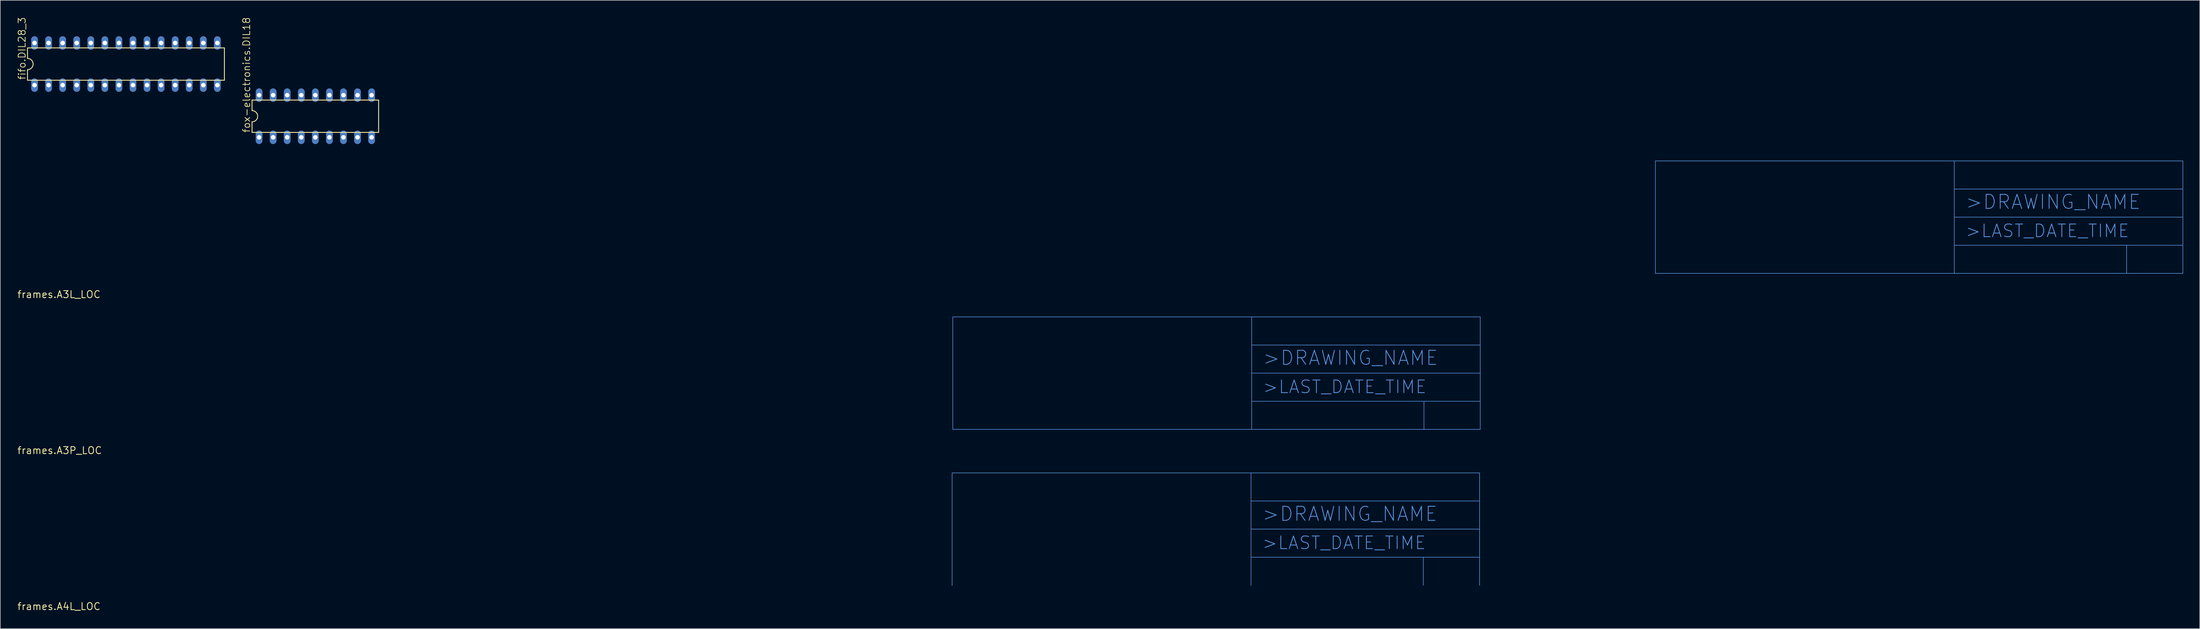
<source format=kicad_pcb>
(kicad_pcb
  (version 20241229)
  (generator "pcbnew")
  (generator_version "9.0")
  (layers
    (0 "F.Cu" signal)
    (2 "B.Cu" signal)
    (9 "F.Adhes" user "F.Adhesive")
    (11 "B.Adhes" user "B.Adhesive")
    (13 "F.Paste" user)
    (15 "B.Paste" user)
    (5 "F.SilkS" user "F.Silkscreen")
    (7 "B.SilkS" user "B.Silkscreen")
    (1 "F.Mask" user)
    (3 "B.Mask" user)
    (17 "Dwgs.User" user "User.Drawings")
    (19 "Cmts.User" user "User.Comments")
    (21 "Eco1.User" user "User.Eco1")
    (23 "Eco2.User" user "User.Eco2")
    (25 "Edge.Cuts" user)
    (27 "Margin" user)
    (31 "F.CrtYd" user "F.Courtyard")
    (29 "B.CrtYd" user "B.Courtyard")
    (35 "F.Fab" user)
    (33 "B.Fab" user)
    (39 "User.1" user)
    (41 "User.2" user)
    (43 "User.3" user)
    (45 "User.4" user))
  (footprint "fifo.DIL28_3"
    (layer "F.Cu")
    (at 19.694 8.524)
    (property "Reference" "fifo.DIL28_3" (at -18.034 2.921 90) (layer "F.SilkS") (effects (font (size 1.27 1.27) (thickness 0.13)) (justify left bottom)))
    (attr through_hole)
    (fp_line (start -17.78 -2.921) (end -17.78 -1.016) (stroke (width 0.152) (type default)) (layer "F.SilkS"))
    (fp_line (start -17.78 2.921) (end -17.78 1.016) (stroke (width 0.152) (type default)) (layer "F.SilkS"))
    (fp_line (start -17.78 2.921) (end 17.78 2.921) (stroke (width 0.152) (type default)) (layer "F.SilkS"))
    (fp_line (start 17.78 -2.921) (end -17.78 -2.921) (stroke (width 0.152) (type default)) (layer "F.SilkS"))
    (fp_line (start 17.78 -2.921) (end 17.78 2.921) (stroke (width 0.152) (type default)) (layer "F.SilkS"))
    (fp_arc (start -17.78 -1.016) (mid -16.764 0) (end -17.78 1.016) (stroke (width 0.1524) (type default)) (layer "F.SilkS"))
    (pad "1" thru_hole oval (at -16.51 3.81 90) (size 2.438 1.219) (drill 0.813) (layers "*.Cu" "*.Mask"))
    (pad "2" thru_hole oval (at -13.97 3.81 90) (size 2.438 1.219) (drill 0.813) (layers "*.Cu" "*.Mask"))
    (pad "3" thru_hole oval (at -11.43 3.81 90) (size 2.438 1.219) (drill 0.813) (layers "*.Cu" "*.Mask"))
    (pad "4" thru_hole oval (at -8.89 3.81 90) (size 2.438 1.219) (drill 0.813) (layers "*.Cu" "*.Mask"))
    (pad "5" thru_hole oval (at -6.35 3.81 90) (size 2.438 1.219) (drill 0.813) (layers "*.Cu" "*.Mask"))
    (pad "6" thru_hole oval (at -3.81 3.81 90) (size 2.438 1.219) (drill 0.813) (layers "*.Cu" "*.Mask"))
    (pad "7" thru_hole oval (at -1.27 3.81 90) (size 2.438 1.219) (drill 0.813) (layers "*.Cu" "*.Mask"))
    (pad "8" thru_hole oval (at 1.27 3.81 90) (size 2.438 1.219) (drill 0.813) (layers "*.Cu" "*.Mask"))
    (pad "9" thru_hole oval (at 3.81 3.81 90) (size 2.438 1.219) (drill 0.813) (layers "*.Cu" "*.Mask"))
    (pad "10" thru_hole oval (at 6.35 3.81 90) (size 2.438 1.219) (drill 0.813) (layers "*.Cu" "*.Mask"))
    (pad "11" thru_hole oval (at 8.89 3.81 90) (size 2.438 1.219) (drill 0.813) (layers "*.Cu" "*.Mask"))
    (pad "12" thru_hole oval (at 11.43 3.81 90) (size 2.438 1.219) (drill 0.813) (layers "*.Cu" "*.Mask"))
    (pad "13" thru_hole oval (at 13.97 3.81 90) (size 2.438 1.219) (drill 0.813) (layers "*.Cu" "*.Mask"))
    (pad "14" thru_hole oval (at 16.51 3.81 90) (size 2.438 1.219) (drill 0.813) (layers "*.Cu" "*.Mask"))
    (pad "15" thru_hole oval (at 16.51 -3.81 90) (size 2.438 1.219) (drill 0.813) (layers "*.Cu" "*.Mask"))
    (pad "16" thru_hole oval (at 13.97 -3.81 90) (size 2.438 1.219) (drill 0.813) (layers "*.Cu" "*.Mask"))
    (pad "17" thru_hole oval (at 11.43 -3.81 90) (size 2.438 1.219) (drill 0.813) (layers "*.Cu" "*.Mask"))
    (pad "18" thru_hole oval (at 8.89 -3.81 90) (size 2.438 1.219) (drill 0.813) (layers "*.Cu" "*.Mask"))
    (pad "19" thru_hole oval (at 6.35 -3.81 90) (size 2.438 1.219) (drill 0.813) (layers "*.Cu" "*.Mask"))
    (pad "20" thru_hole oval (at 3.81 -3.81 90) (size 2.438 1.219) (drill 0.813) (layers "*.Cu" "*.Mask"))
    (pad "21" thru_hole oval (at 1.27 -3.81 90) (size 2.438 1.219) (drill 0.813) (layers "*.Cu" "*.Mask"))
    (pad "22" thru_hole oval (at -1.27 -3.81 90) (size 2.438 1.219) (drill 0.813) (layers "*.Cu" "*.Mask"))
    (pad "23" thru_hole oval (at -3.81 -3.81 90) (size 2.438 1.219) (drill 0.813) (layers "*.Cu" "*.Mask"))
    (pad "24" thru_hole oval (at -6.35 -3.81 90) (size 2.438 1.219) (drill 0.813) (layers "*.Cu" "*.Mask"))
    (pad "25" thru_hole oval (at -8.89 -3.81 90) (size 2.438 1.219) (drill 0.813) (layers "*.Cu" "*.Mask"))
    (pad "26" thru_hole oval (at -11.43 -3.81 90) (size 2.438 1.219) (drill 0.813) (layers "*.Cu" "*.Mask"))
    (pad "27" thru_hole oval (at -13.97 -3.81 90) (size 2.438 1.219) (drill 0.813) (layers "*.Cu" "*.Mask"))
    (pad "28" thru_hole oval (at -16.51 -3.81 90) (size 2.438 1.219) (drill 0.813) (layers "*.Cu" "*.Mask")))
  (footprint "frames.A3L_LOC"
    (layer "F.Cu")
    (at 7.597 50.162)
    (property "Reference" "frames.A3L_LOC" (at 0 0 0) (layer "F.SilkS") (effects (font (size 1.27 1.27) (thickness 0.15))))
    (fp_line (start 288.29 -24.13) (end 342.265 -24.13) (stroke (width 0.102) (type default)) (layer "Cmts.User"))
    (fp_line (start 288.29 -3.81) (end 288.29 -24.13) (stroke (width 0.102) (type default)) (layer "Cmts.User"))
    (fp_line (start 288.29 -3.81) (end 342.265 -3.81) (stroke (width 0.102) (type default)) (layer "Cmts.User"))
    (fp_line (start 342.265 -24.13) (end 383.54 -24.13) (stroke (width 0.102) (type default)) (layer "Cmts.User"))
    (fp_line (start 342.265 -19.05) (end 342.265 -24.13) (stroke (width 0.102) (type default)) (layer "Cmts.User"))
    (fp_line (start 342.265 -19.05) (end 383.54 -19.05) (stroke (width 0.102) (type default)) (layer "Cmts.User"))
    (fp_line (start 342.265 -13.97) (end 342.265 -19.05) (stroke (width 0.102) (type default)) (layer "Cmts.User"))
    (fp_line (start 342.265 -13.97) (end 383.54 -13.97) (stroke (width 0.102) (type default)) (layer "Cmts.User"))
    (fp_line (start 342.265 -8.89) (end 342.265 -13.97) (stroke (width 0.102) (type default)) (layer "Cmts.User"))
    (fp_line (start 342.265 -8.89) (end 342.265 -3.81) (stroke (width 0.102) (type default)) (layer "Cmts.User"))
    (fp_line (start 342.265 -3.81) (end 373.38 -3.81) (stroke (width 0.102) (type default)) (layer "Cmts.User"))
    (fp_line (start 373.38 -8.89) (end 342.265 -8.89) (stroke (width 0.102) (type default)) (layer "Cmts.User"))
    (fp_line (start 373.38 -8.89) (end 383.54 -8.89) (stroke (width 0.102) (type default)) (layer "Cmts.User"))
    (fp_line (start 373.38 -3.81) (end 373.38 -8.89) (stroke (width 0.102) (type default)) (layer "Cmts.User"))
    (fp_line (start 373.38 -3.81) (end 383.54 -3.81) (stroke (width 0.102) (type default)) (layer "Cmts.User"))
    (fp_line (start 383.54 -19.05) (end 383.54 -24.13) (stroke (width 0.102) (type default)) (layer "Cmts.User"))
    (fp_line (start 383.54 -13.97) (end 383.54 -19.05) (stroke (width 0.102) (type default)) (layer "Cmts.User"))
    (fp_line (start 383.54 -8.89) (end 383.54 -13.97) (stroke (width 0.102) (type default)) (layer "Cmts.User"))
    (fp_line (start 383.54 -3.81) (end 383.54 -8.89) (stroke (width 0.102) (type default)) (layer "Cmts.User"))
    (fp_text user ">DRAWING_NAME" (at 344.17 -15.24 0) (layer "Cmts.User") (effects (font (size 2.54 2.54) (thickness 0.15)) (justify left bottom)))
    (fp_text user ">LAST_DATE_TIME" (at 344.17 -10.16 0) (layer "Cmts.User") (effects (font (size 2.286 2.286) (thickness 0.15)) (justify left bottom))))
  (footprint "fox-electronics.DIL18"
    (layer "F.Cu")
    (at 53.894 17.952)
    (property "Reference" "fox-electronics.DIL18" (at -11.684 3.048 90) (layer "F.SilkS") (effects (font (size 1.27 1.27) (thickness 0.13)) (justify left bottom)))
    (attr through_hole)
    (fp_line (start -11.43 -2.921) (end -11.43 -1.016) (stroke (width 0.152) (type default)) (layer "F.SilkS"))
    (fp_line (start -11.43 2.921) (end -11.43 1.016) (stroke (width 0.152) (type default)) (layer "F.SilkS"))
    (fp_line (start -11.43 2.921) (end 11.43 2.921) (stroke (width 0.152) (type default)) (layer "F.SilkS"))
    (fp_line (start 11.43 -2.921) (end -11.43 -2.921) (stroke (width 0.152) (type default)) (layer "F.SilkS"))
    (fp_line (start 11.43 -2.921) (end 11.43 2.921) (stroke (width 0.152) (type default)) (layer "F.SilkS"))
    (fp_arc (start -11.43 -1.016) (mid -10.414 0) (end -11.43 1.016) (stroke (width 0.1524) (type default)) (layer "F.SilkS"))
    (pad "1" thru_hole oval (at -10.16 3.81 90) (size 2.438 1.219) (drill 0.813) (layers "*.Cu" "*.Mask"))
    (pad "2" thru_hole oval (at -7.62 3.81 90) (size 2.438 1.219) (drill 0.813) (layers "*.Cu" "*.Mask"))
    (pad "3" thru_hole oval (at -5.08 3.81 90) (size 2.438 1.219) (drill 0.813) (layers "*.Cu" "*.Mask"))
    (pad "4" thru_hole oval (at -2.54 3.81 90) (size 2.438 1.219) (drill 0.813) (layers "*.Cu" "*.Mask"))
    (pad "5" thru_hole oval (at 0 3.81 90) (size 2.438 1.219) (drill 0.813) (layers "*.Cu" "*.Mask"))
    (pad "6" thru_hole oval (at 2.54 3.81 90) (size 2.438 1.219) (drill 0.813) (layers "*.Cu" "*.Mask"))
    (pad "7" thru_hole oval (at 5.08 3.81 90) (size 2.438 1.219) (drill 0.813) (layers "*.Cu" "*.Mask"))
    (pad "8" thru_hole oval (at 7.62 3.81 90) (size 2.438 1.219) (drill 0.813) (layers "*.Cu" "*.Mask"))
    (pad "9" thru_hole oval (at 10.16 3.81 90) (size 2.438 1.219) (drill 0.813) (layers "*.Cu" "*.Mask"))
    (pad "10" thru_hole oval (at 10.16 -3.81 90) (size 2.438 1.219) (drill 0.813) (layers "*.Cu" "*.Mask"))
    (pad "11" thru_hole oval (at 7.62 -3.81 90) (size 2.438 1.219) (drill 0.813) (layers "*.Cu" "*.Mask"))
    (pad "12" thru_hole oval (at 5.08 -3.81 90) (size 2.438 1.219) (drill 0.813) (layers "*.Cu" "*.Mask"))
    (pad "13" thru_hole oval (at 2.54 -3.81 90) (size 2.438 1.219) (drill 0.813) (layers "*.Cu" "*.Mask"))
    (pad "14" thru_hole oval (at 0 -3.81 90) (size 2.438 1.219) (drill 0.813) (layers "*.Cu" "*.Mask"))
    (pad "15" thru_hole oval (at -2.54 -3.81 90) (size 2.438 1.219) (drill 0.813) (layers "*.Cu" "*.Mask"))
    (pad "16" thru_hole oval (at -5.08 -3.81 90) (size 2.438 1.219) (drill 0.813) (layers "*.Cu" "*.Mask"))
    (pad "17" thru_hole oval (at -7.62 -3.81 90) (size 2.438 1.219) (drill 0.813) (layers "*.Cu" "*.Mask"))
    (pad "18" thru_hole oval (at -10.16 -3.81 90) (size 2.438 1.219) (drill 0.813) (layers "*.Cu" "*.Mask")))
  (footprint "frames.A3P_LOC"
    (layer "F.Cu")
    (at 7.718 78.349)
    (property "Reference" "frames.A3P_LOC" (at 0 0 0) (layer "F.SilkS") (effects (font (size 1.27 1.27) (thickness 0.15))))
    (fp_line (start 161.29 -24.13) (end 215.265 -24.13) (stroke (width 0.102) (type default)) (layer "Cmts.User"))
    (fp_line (start 161.29 -3.81) (end 161.29 -24.13) (stroke (width 0.102) (type default)) (layer "Cmts.User"))
    (fp_line (start 215.265 -24.13) (end 256.54 -24.13) (stroke (width 0.102) (type default)) (layer "Cmts.User"))
    (fp_line (start 215.265 -19.05) (end 215.265 -24.13) (stroke (width 0.102) (type default)) (layer "Cmts.User"))
    (fp_line (start 215.265 -19.05) (end 256.54 -19.05) (stroke (width 0.102) (type default)) (layer "Cmts.User"))
    (fp_line (start 215.265 -13.97) (end 215.265 -19.05) (stroke (width 0.102) (type default)) (layer "Cmts.User"))
    (fp_line (start 215.265 -13.97) (end 256.54 -13.97) (stroke (width 0.102) (type default)) (layer "Cmts.User"))
    (fp_line (start 215.265 -8.89) (end 215.265 -13.97) (stroke (width 0.102) (type default)) (layer "Cmts.User"))
    (fp_line (start 215.265 -8.89) (end 215.265 -3.81) (stroke (width 0.102) (type default)) (layer "Cmts.User"))
    (fp_line (start 215.265 -3.81) (end 161.29 -3.81) (stroke (width 0.102) (type default)) (layer "Cmts.User"))
    (fp_line (start 246.38 -8.89) (end 215.265 -8.89) (stroke (width 0.102) (type default)) (layer "Cmts.User"))
    (fp_line (start 246.38 -8.89) (end 256.54 -8.89) (stroke (width 0.102) (type default)) (layer "Cmts.User"))
    (fp_line (start 246.38 -3.81) (end 215.265 -3.81) (stroke (width 0.102) (type default)) (layer "Cmts.User"))
    (fp_line (start 246.38 -3.81) (end 246.38 -8.89) (stroke (width 0.102) (type default)) (layer "Cmts.User"))
    (fp_line (start 256.54 -24.13) (end 256.54 -19.05) (stroke (width 0.102) (type default)) (layer "Cmts.User"))
    (fp_line (start 256.54 -19.05) (end 256.54 -13.97) (stroke (width 0.102) (type default)) (layer "Cmts.User"))
    (fp_line (start 256.54 -13.97) (end 256.54 -8.89) (stroke (width 0.102) (type default)) (layer "Cmts.User"))
    (fp_line (start 256.54 -8.89) (end 256.54 -3.81) (stroke (width 0.102) (type default)) (layer "Cmts.User"))
    (fp_line (start 256.54 -3.81) (end 246.38 -3.81) (stroke (width 0.102) (type default)) (layer "Cmts.User"))
    (fp_text user ">DRAWING_NAME" (at 217.17 -15.24 0) (layer "Cmts.User") (effects (font (size 2.54 2.54) (thickness 0.15)) (justify left bottom)))
    (fp_text user ">LAST_DATE_TIME" (at 217.17 -10.16 0) (layer "Cmts.User") (effects (font (size 2.286 2.286) (thickness 0.15)) (justify left bottom))))
  (footprint "frames.A4L_LOC"
    (layer "F.Cu")
    (at 7.597 106.536)
    (property "Reference" "frames.A4L_LOC" (at 0 0 0) (layer "F.SilkS") (effects (font (size 1.27 1.27) (thickness 0.15))))
    (fp_line (start 161.29 -24.13) (end 215.265 -24.13) (stroke (width 0.102) (type default)) (layer "Cmts.User"))
    (fp_line (start 161.29 -3.81) (end 161.29 -24.13) (stroke (width 0.102) (type default)) (layer "Cmts.User"))
    (fp_line (start 215.265 -24.13) (end 256.54 -24.13) (stroke (width 0.102) (type default)) (layer "Cmts.User"))
    (fp_line (start 215.265 -19.05) (end 215.265 -24.13) (stroke (width 0.102) (type default)) (layer "Cmts.User"))
    (fp_line (start 215.265 -19.05) (end 256.54 -19.05) (stroke (width 0.102) (type default)) (layer "Cmts.User"))
    (fp_line (start 215.265 -13.97) (end 215.265 -19.05) (stroke (width 0.102) (type default)) (layer "Cmts.User"))
    (fp_line (start 215.265 -13.97) (end 256.54 -13.97) (stroke (width 0.102) (type default)) (layer "Cmts.User"))
    (fp_line (start 215.265 -8.89) (end 215.265 -13.97) (stroke (width 0.102) (type default)) (layer "Cmts.User"))
    (fp_line (start 215.265 -8.89) (end 215.265 -3.81) (stroke (width 0.102) (type default)) (layer "Cmts.User"))
    (fp_line (start 246.38 -8.89) (end 215.265 -8.89) (stroke (width 0.102) (type default)) (layer "Cmts.User"))
    (fp_line (start 246.38 -8.89) (end 256.54 -8.89) (stroke (width 0.102) (type default)) (layer "Cmts.User"))
    (fp_line (start 246.38 -3.81) (end 246.38 -8.89) (stroke (width 0.102) (type default)) (layer "Cmts.User"))
    (fp_line (start 256.54 -19.05) (end 256.54 -24.13) (stroke (width 0.102) (type default)) (layer "Cmts.User"))
    (fp_line (start 256.54 -13.97) (end 256.54 -19.05) (stroke (width 0.102) (type default)) (layer "Cmts.User"))
    (fp_line (start 256.54 -8.89) (end 256.54 -13.97) (stroke (width 0.102) (type default)) (layer "Cmts.User"))
    (fp_line (start 256.54 -3.81) (end 256.54 -8.89) (stroke (width 0.102) (type default)) (layer "Cmts.User"))
    (fp_text user ">LAST_DATE_TIME" (at 217.17 -10.16 0) (layer "Cmts.User") (effects (font (size 2.286 2.286) (thickness 0.15)) (justify left bottom)))
    (fp_text user ">DRAWING_NAME" (at 217.17 -15.24 0) (layer "Cmts.User") (effects (font (size 2.54 2.54) (thickness 0.15)) (justify left bottom))))
  (gr_rect
    (start -3 -3)
    (end 394.188 110.542)
    (stroke (width 0.1) (type default))
    (fill no)
    (layer "Edge.Cuts")))
</source>
